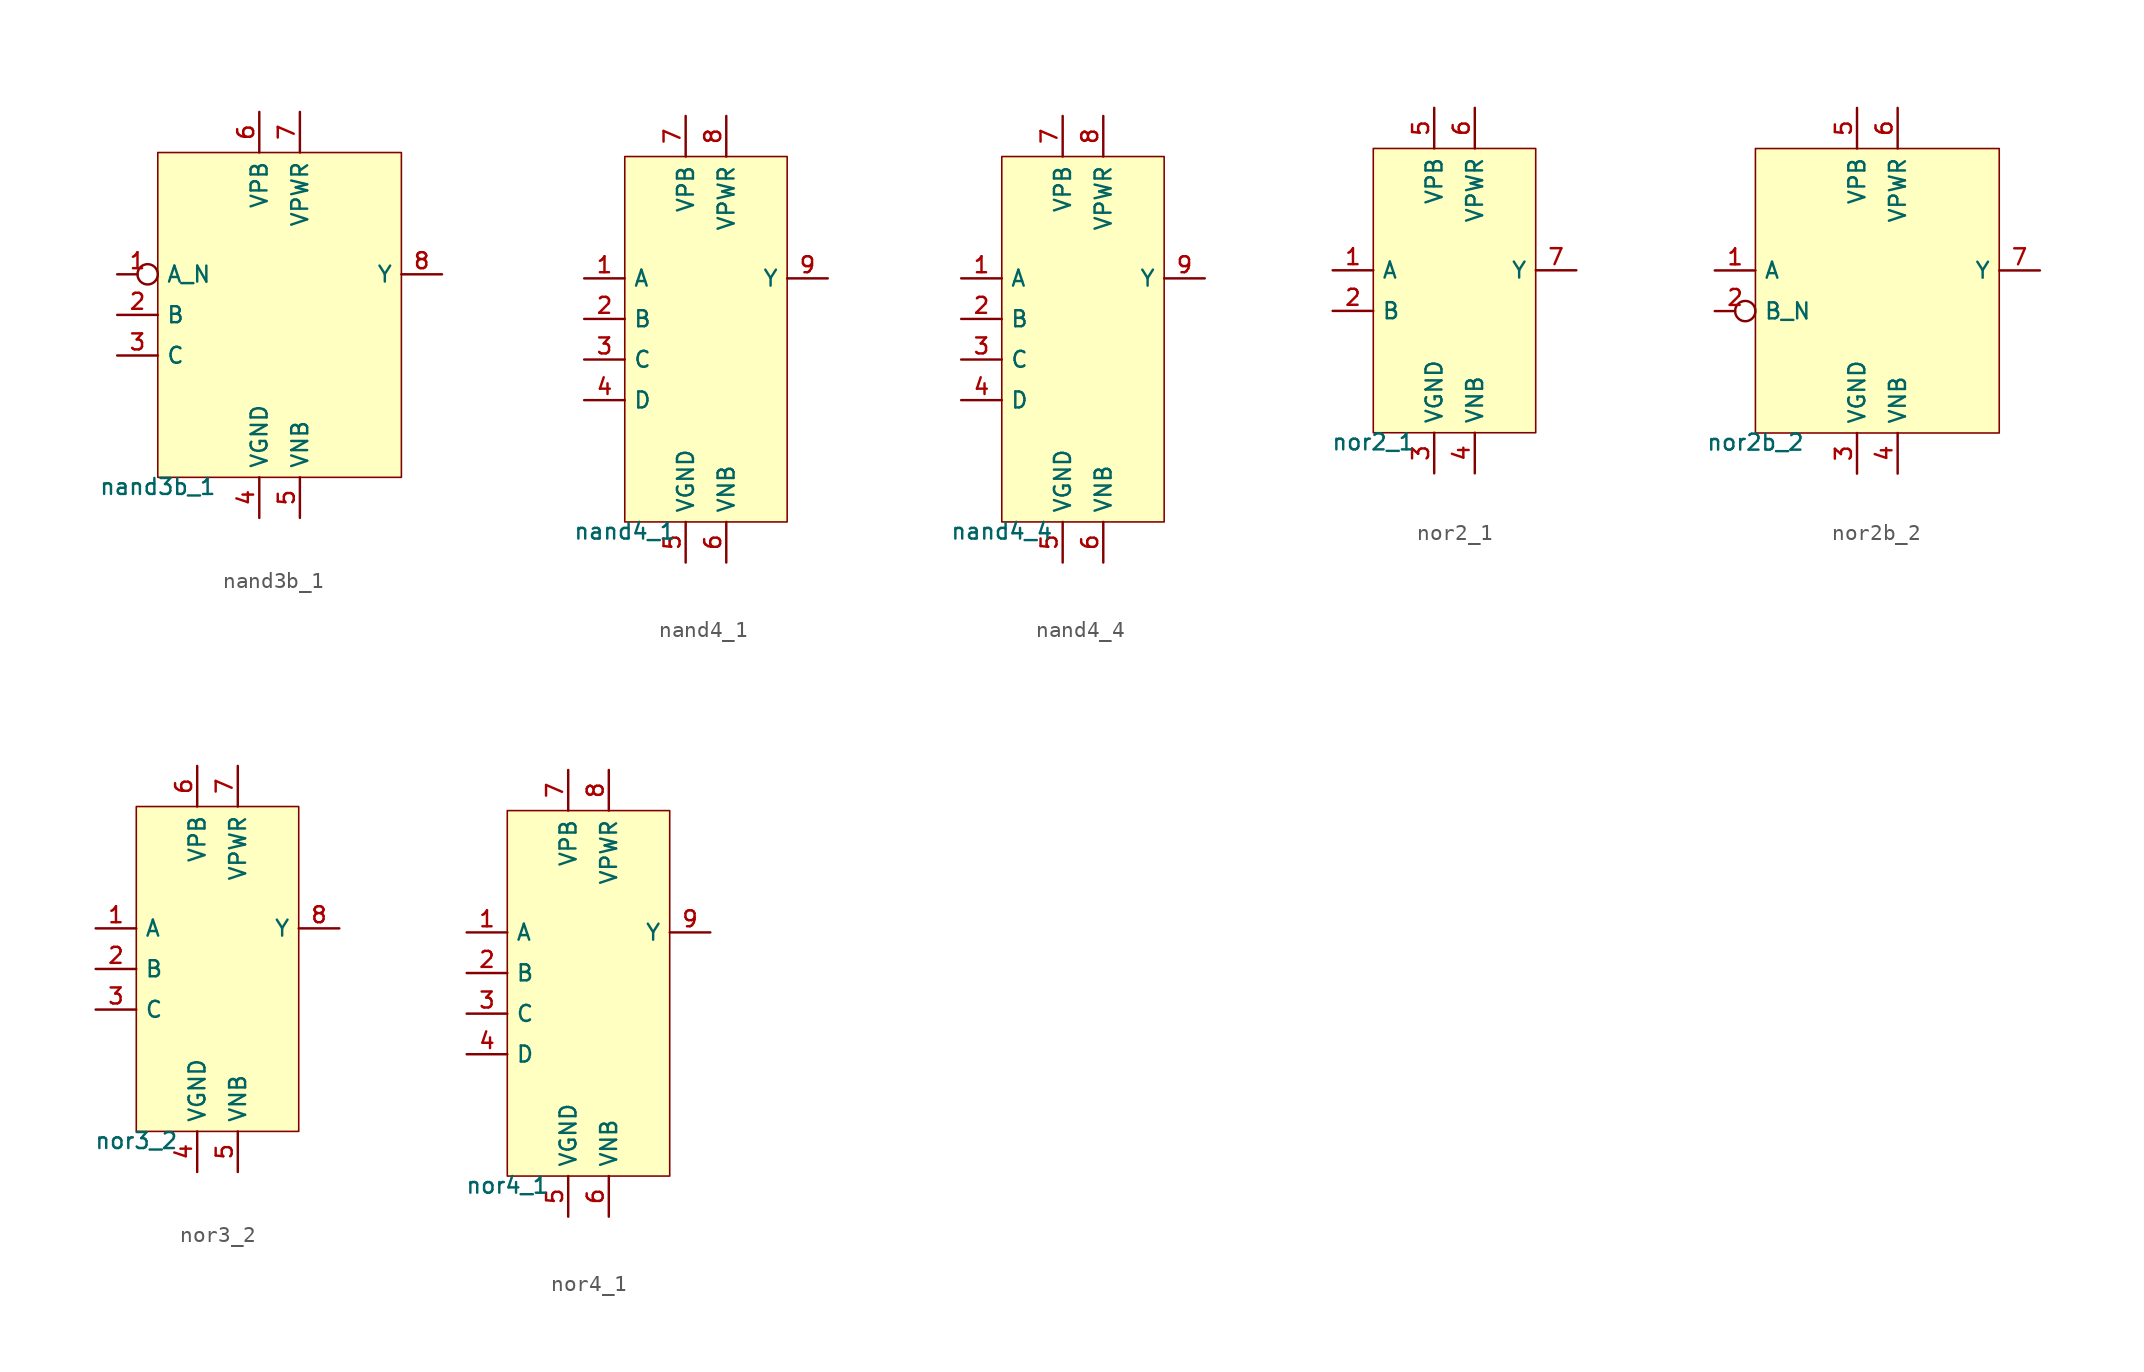
<source format=kicad_sym>
(kicad_symbol_lib
  (version 20211014)
  (generator pdk2kicad)
  (symbol "nand3b_1"
    (property "Reference" "X"
      (at 0 0 0)
      (effects (font (size 1 1)) hide))
    (property "Value" "nand3b_1"
      (at -7.62 -10.16 0)
      (effects (font (size 1 1)) (justify top)))
    (rectangle
      (start -7.62 -10.16)
      (end 7.62 10.16)
      (stroke (width 0.1) (type solid) (color 0 0 0 0))
      (fill (type background)))
    (pin input inverted
      (at -10.16 2.54 0)
      (length 2.54)
      (name "A_N" (effects (font (size 1 1)) hide))
      (number "1" (effects (font (size 1 1)) hide)))
    (pin input line
      (at -10.16 0.0 0)
      (length 2.54)
      (name "B" (effects (font (size 1 1)) hide))
      (number "2" (effects (font (size 1 1)) hide)))
    (pin input line
      (at -10.16 -2.54 0)
      (length 2.54)
      (name "C" (effects (font (size 1 1)) hide))
      (number "3" (effects (font (size 1 1)) hide)))
    (pin power_in line
      (at -1.27 -12.7 90)
      (length 2.54)
      (name "VGND" (effects (font (size 1 1)) hide))
      (number "4" (effects (font (size 1 1)) hide)))
    (pin power_in line
      (at 1.27 -12.7 90)
      (length 2.54)
      (name "VNB" (effects (font (size 1 1)) hide))
      (number "5" (effects (font (size 1 1)) hide)))
    (pin power_in line
      (at -1.27 12.7 270)
      (length 2.54)
      (name "VPB" (effects (font (size 1 1)) hide))
      (number "6" (effects (font (size 1 1)) hide)))
    (pin power_in line
      (at 1.27 12.7 270)
      (length 2.54)
      (name "VPWR" (effects (font (size 1 1)) hide))
      (number "7" (effects (font (size 1 1)) hide)))
    (pin output line
      (at 10.16 2.54 180)
      (length 2.54)
      (name "Y" (effects (font (size 1 1)) hide))
      (number "8" (effects (font (size 1 1)) hide))))
  (symbol "nand4_1"
    (property "Reference" "X"
      (at 0 0 0)
      (effects (font (size 1 1)) hide))
    (property "Value" "nand4_1"
      (at -5.08 -11.43 0)
      (effects (font (size 1 1)) (justify top)))
    (rectangle
      (start -5.08 -11.43)
      (end 5.08 11.43)
      (stroke (width 0.1) (type solid) (color 0 0 0 0))
      (fill (type background)))
    (pin input line
      (at -7.62 3.81 0)
      (length 2.54)
      (name "A" (effects (font (size 1 1)) hide))
      (number "1" (effects (font (size 1 1)) hide)))
    (pin input line
      (at -7.62 1.27 0)
      (length 2.54)
      (name "B" (effects (font (size 1 1)) hide))
      (number "2" (effects (font (size 1 1)) hide)))
    (pin input line
      (at -7.62 -1.27 0)
      (length 2.54)
      (name "C" (effects (font (size 1 1)) hide))
      (number "3" (effects (font (size 1 1)) hide)))
    (pin input line
      (at -7.62 -3.81 0)
      (length 2.54)
      (name "D" (effects (font (size 1 1)) hide))
      (number "4" (effects (font (size 1 1)) hide)))
    (pin power_in line
      (at -1.27 -13.97 90)
      (length 2.54)
      (name "VGND" (effects (font (size 1 1)) hide))
      (number "5" (effects (font (size 1 1)) hide)))
    (pin power_in line
      (at 1.27 -13.97 90)
      (length 2.54)
      (name "VNB" (effects (font (size 1 1)) hide))
      (number "6" (effects (font (size 1 1)) hide)))
    (pin power_in line
      (at -1.27 13.97 270)
      (length 2.54)
      (name "VPB" (effects (font (size 1 1)) hide))
      (number "7" (effects (font (size 1 1)) hide)))
    (pin power_in line
      (at 1.27 13.97 270)
      (length 2.54)
      (name "VPWR" (effects (font (size 1 1)) hide))
      (number "8" (effects (font (size 1 1)) hide)))
    (pin output line
      (at 7.62 3.81 180)
      (length 2.54)
      (name "Y" (effects (font (size 1 1)) hide))
      (number "9" (effects (font (size 1 1)) hide))))
  (symbol "nand4_4"
    (property "Reference" "X"
      (at 0 0 0)
      (effects (font (size 1 1)) hide))
    (property "Value" "nand4_4"
      (at -5.08 -11.43 0)
      (effects (font (size 1 1)) (justify top)))
    (rectangle
      (start -5.08 -11.43)
      (end 5.08 11.43)
      (stroke (width 0.1) (type solid) (color 0 0 0 0))
      (fill (type background)))
    (pin input line
      (at -7.62 3.81 0)
      (length 2.54)
      (name "A" (effects (font (size 1 1)) hide))
      (number "1" (effects (font (size 1 1)) hide)))
    (pin input line
      (at -7.62 1.27 0)
      (length 2.54)
      (name "B" (effects (font (size 1 1)) hide))
      (number "2" (effects (font (size 1 1)) hide)))
    (pin input line
      (at -7.62 -1.27 0)
      (length 2.54)
      (name "C" (effects (font (size 1 1)) hide))
      (number "3" (effects (font (size 1 1)) hide)))
    (pin input line
      (at -7.62 -3.81 0)
      (length 2.54)
      (name "D" (effects (font (size 1 1)) hide))
      (number "4" (effects (font (size 1 1)) hide)))
    (pin power_in line
      (at -1.27 -13.97 90)
      (length 2.54)
      (name "VGND" (effects (font (size 1 1)) hide))
      (number "5" (effects (font (size 1 1)) hide)))
    (pin power_in line
      (at 1.27 -13.97 90)
      (length 2.54)
      (name "VNB" (effects (font (size 1 1)) hide))
      (number "6" (effects (font (size 1 1)) hide)))
    (pin power_in line
      (at -1.27 13.97 270)
      (length 2.54)
      (name "VPB" (effects (font (size 1 1)) hide))
      (number "7" (effects (font (size 1 1)) hide)))
    (pin power_in line
      (at 1.27 13.97 270)
      (length 2.54)
      (name "VPWR" (effects (font (size 1 1)) hide))
      (number "8" (effects (font (size 1 1)) hide)))
    (pin output line
      (at 7.62 3.81 180)
      (length 2.54)
      (name "Y" (effects (font (size 1 1)) hide))
      (number "9" (effects (font (size 1 1)) hide))))
  (symbol "nor2_1"
    (property "Reference" "X"
      (at 0 0 0)
      (effects (font (size 1 1)) hide))
    (property "Value" "nor2_1"
      (at -5.08 -8.89 0)
      (effects (font (size 1 1)) (justify top)))
    (rectangle
      (start -5.08 -8.89)
      (end 5.08 8.89)
      (stroke (width 0.1) (type solid) (color 0 0 0 0))
      (fill (type background)))
    (pin input line
      (at -7.62 1.27 0)
      (length 2.54)
      (name "A" (effects (font (size 1 1)) hide))
      (number "1" (effects (font (size 1 1)) hide)))
    (pin input line
      (at -7.62 -1.27 0)
      (length 2.54)
      (name "B" (effects (font (size 1 1)) hide))
      (number "2" (effects (font (size 1 1)) hide)))
    (pin power_in line
      (at -1.27 -11.43 90)
      (length 2.54)
      (name "VGND" (effects (font (size 1 1)) hide))
      (number "3" (effects (font (size 1 1)) hide)))
    (pin power_in line
      (at 1.27 -11.43 90)
      (length 2.54)
      (name "VNB" (effects (font (size 1 1)) hide))
      (number "4" (effects (font (size 1 1)) hide)))
    (pin power_in line
      (at -1.27 11.43 270)
      (length 2.54)
      (name "VPB" (effects (font (size 1 1)) hide))
      (number "5" (effects (font (size 1 1)) hide)))
    (pin power_in line
      (at 1.27 11.43 270)
      (length 2.54)
      (name "VPWR" (effects (font (size 1 1)) hide))
      (number "6" (effects (font (size 1 1)) hide)))
    (pin output line
      (at 7.62 1.27 180)
      (length 2.54)
      (name "Y" (effects (font (size 1 1)) hide))
      (number "7" (effects (font (size 1 1)) hide))))
  (symbol "nor2b_2"
    (property "Reference" "X"
      (at 0 0 0)
      (effects (font (size 1 1)) hide))
    (property "Value" "nor2b_2"
      (at -7.62 -8.89 0)
      (effects (font (size 1 1)) (justify top)))
    (rectangle
      (start -7.62 -8.89)
      (end 7.62 8.89)
      (stroke (width 0.1) (type solid) (color 0 0 0 0))
      (fill (type background)))
    (pin input line
      (at -10.16 1.27 0)
      (length 2.54)
      (name "A" (effects (font (size 1 1)) hide))
      (number "1" (effects (font (size 1 1)) hide)))
    (pin input inverted
      (at -10.16 -1.27 0)
      (length 2.54)
      (name "B_N" (effects (font (size 1 1)) hide))
      (number "2" (effects (font (size 1 1)) hide)))
    (pin power_in line
      (at -1.27 -11.43 90)
      (length 2.54)
      (name "VGND" (effects (font (size 1 1)) hide))
      (number "3" (effects (font (size 1 1)) hide)))
    (pin power_in line
      (at 1.27 -11.43 90)
      (length 2.54)
      (name "VNB" (effects (font (size 1 1)) hide))
      (number "4" (effects (font (size 1 1)) hide)))
    (pin power_in line
      (at -1.27 11.43 270)
      (length 2.54)
      (name "VPB" (effects (font (size 1 1)) hide))
      (number "5" (effects (font (size 1 1)) hide)))
    (pin power_in line
      (at 1.27 11.43 270)
      (length 2.54)
      (name "VPWR" (effects (font (size 1 1)) hide))
      (number "6" (effects (font (size 1 1)) hide)))
    (pin output line
      (at 10.16 1.27 180)
      (length 2.54)
      (name "Y" (effects (font (size 1 1)) hide))
      (number "7" (effects (font (size 1 1)) hide))))
  (symbol "nor3_2"
    (property "Reference" "X"
      (at 0 0 0)
      (effects (font (size 1 1)) hide))
    (property "Value" "nor3_2"
      (at -5.08 -10.16 0)
      (effects (font (size 1 1)) (justify top)))
    (rectangle
      (start -5.08 -10.16)
      (end 5.08 10.16)
      (stroke (width 0.1) (type solid) (color 0 0 0 0))
      (fill (type background)))
    (pin input line
      (at -7.62 2.54 0)
      (length 2.54)
      (name "A" (effects (font (size 1 1)) hide))
      (number "1" (effects (font (size 1 1)) hide)))
    (pin input line
      (at -7.62 0.0 0)
      (length 2.54)
      (name "B" (effects (font (size 1 1)) hide))
      (number "2" (effects (font (size 1 1)) hide)))
    (pin input line
      (at -7.62 -2.54 0)
      (length 2.54)
      (name "C" (effects (font (size 1 1)) hide))
      (number "3" (effects (font (size 1 1)) hide)))
    (pin power_in line
      (at -1.27 -12.7 90)
      (length 2.54)
      (name "VGND" (effects (font (size 1 1)) hide))
      (number "4" (effects (font (size 1 1)) hide)))
    (pin power_in line
      (at 1.27 -12.7 90)
      (length 2.54)
      (name "VNB" (effects (font (size 1 1)) hide))
      (number "5" (effects (font (size 1 1)) hide)))
    (pin power_in line
      (at -1.27 12.7 270)
      (length 2.54)
      (name "VPB" (effects (font (size 1 1)) hide))
      (number "6" (effects (font (size 1 1)) hide)))
    (pin power_in line
      (at 1.27 12.7 270)
      (length 2.54)
      (name "VPWR" (effects (font (size 1 1)) hide))
      (number "7" (effects (font (size 1 1)) hide)))
    (pin output line
      (at 7.62 2.54 180)
      (length 2.54)
      (name "Y" (effects (font (size 1 1)) hide))
      (number "8" (effects (font (size 1 1)) hide))))
  (symbol "nor4_1"
    (property "Reference" "X"
      (at 0 0 0)
      (effects (font (size 1 1)) hide))
    (property "Value" "nor4_1"
      (at -5.08 -11.43 0)
      (effects (font (size 1 1)) (justify top)))
    (rectangle
      (start -5.08 -11.43)
      (end 5.08 11.43)
      (stroke (width 0.1) (type solid) (color 0 0 0 0))
      (fill (type background)))
    (pin input line
      (at -7.62 3.81 0)
      (length 2.54)
      (name "A" (effects (font (size 1 1)) hide))
      (number "1" (effects (font (size 1 1)) hide)))
    (pin input line
      (at -7.62 1.27 0)
      (length 2.54)
      (name "B" (effects (font (size 1 1)) hide))
      (number "2" (effects (font (size 1 1)) hide)))
    (pin input line
      (at -7.62 -1.27 0)
      (length 2.54)
      (name "C" (effects (font (size 1 1)) hide))
      (number "3" (effects (font (size 1 1)) hide)))
    (pin input line
      (at -7.62 -3.81 0)
      (length 2.54)
      (name "D" (effects (font (size 1 1)) hide))
      (number "4" (effects (font (size 1 1)) hide)))
    (pin power_in line
      (at -1.27 -13.97 90)
      (length 2.54)
      (name "VGND" (effects (font (size 1 1)) hide))
      (number "5" (effects (font (size 1 1)) hide)))
    (pin power_in line
      (at 1.27 -13.97 90)
      (length 2.54)
      (name "VNB" (effects (font (size 1 1)) hide))
      (number "6" (effects (font (size 1 1)) hide)))
    (pin power_in line
      (at -1.27 13.97 270)
      (length 2.54)
      (name "VPB" (effects (font (size 1 1)) hide))
      (number "7" (effects (font (size 1 1)) hide)))
    (pin power_in line
      (at 1.27 13.97 270)
      (length 2.54)
      (name "VPWR" (effects (font (size 1 1)) hide))
      (number "8" (effects (font (size 1 1)) hide)))
    (pin output line
      (at 7.62 3.81 180)
      (length 2.54)
      (name "Y" (effects (font (size 1 1)) hide))
      (number "9" (effects (font (size 1 1)) hide)))))
</source>
